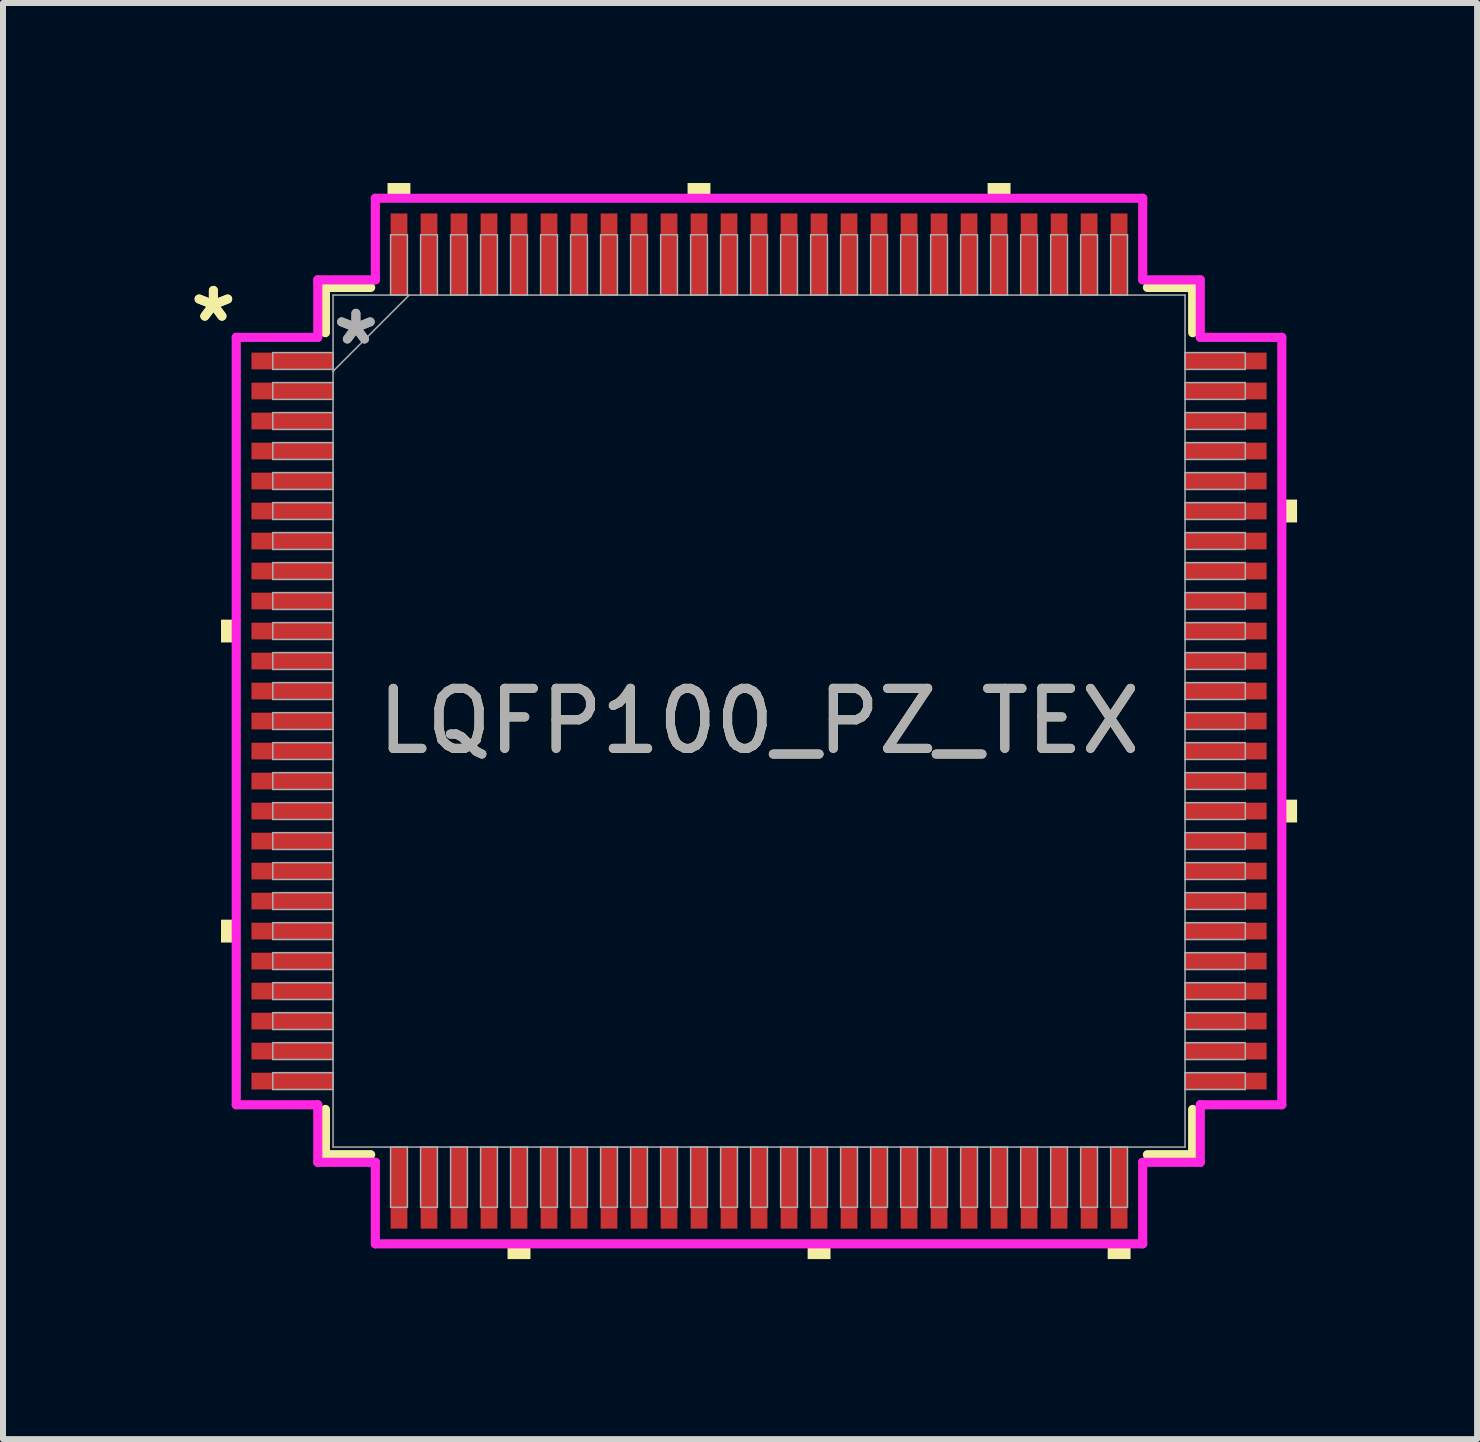
<source format=kicad_pcb>
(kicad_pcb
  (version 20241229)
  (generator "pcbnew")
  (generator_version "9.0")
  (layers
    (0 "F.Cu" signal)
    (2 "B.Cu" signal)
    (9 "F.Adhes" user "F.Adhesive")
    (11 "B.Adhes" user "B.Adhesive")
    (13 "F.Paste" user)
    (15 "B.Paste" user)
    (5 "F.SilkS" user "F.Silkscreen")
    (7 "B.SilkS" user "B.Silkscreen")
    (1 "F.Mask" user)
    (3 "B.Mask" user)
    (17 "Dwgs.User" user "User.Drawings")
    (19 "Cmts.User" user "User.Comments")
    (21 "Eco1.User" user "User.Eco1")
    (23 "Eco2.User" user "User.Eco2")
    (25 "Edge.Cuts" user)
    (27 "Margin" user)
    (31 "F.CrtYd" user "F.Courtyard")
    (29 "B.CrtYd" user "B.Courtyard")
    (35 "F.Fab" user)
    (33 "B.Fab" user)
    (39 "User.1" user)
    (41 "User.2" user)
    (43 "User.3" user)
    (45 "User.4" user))
  (footprint "LQFP100_PZ_TEX"
    (layer "F.Cu")
    (at 9.599 8.966)
    (property "Reference" "LQFP100_PZ_TEX" (at 0 0 0) (unlocked yes) (layer "F.SilkS") (effects (font (size 1 1) (thickness 0.15))))
    (attr smd)
    (fp_line (start -7.226 -7.226) (end -7.226 -6.472) (stroke (width 0.152) (type solid)) (layer "F.SilkS"))
    (fp_line (start -7.226 6.472) (end -7.226 7.226) (stroke (width 0.152) (type solid)) (layer "F.SilkS"))
    (fp_line (start -7.226 7.226) (end -6.472 7.226) (stroke (width 0.152) (type solid)) (layer "F.SilkS"))
    (fp_line (start -6.472 -7.226) (end -7.226 -7.226) (stroke (width 0.152) (type solid)) (layer "F.SilkS"))
    (fp_line (start 6.472 7.226) (end 7.226 7.226) (stroke (width 0.152) (type solid)) (layer "F.SilkS"))
    (fp_line (start 7.226 -7.226) (end 6.472 -7.226) (stroke (width 0.152) (type solid)) (layer "F.SilkS"))
    (fp_line (start 7.226 -6.472) (end 7.226 -7.226) (stroke (width 0.152) (type solid)) (layer "F.SilkS"))
    (fp_line (start 7.226 7.226) (end 7.226 6.472) (stroke (width 0.152) (type solid)) (layer "F.SilkS"))
    (fp_poly (pts (xy -8.966 -1.69) (xy -8.966 -1.31) (xy -8.712 -1.31) (xy -8.712 -1.69)) (stroke (width 0) (type solid)) (fill yes) (layer "F.SilkS"))
    (fp_poly (pts (xy -8.966 3.31) (xy -8.966 3.691) (xy -8.712 3.691) (xy -8.712 3.31)) (stroke (width 0) (type solid)) (fill yes) (layer "F.SilkS"))
    (fp_poly (pts (xy -6.191 -8.712) (xy -6.191 -8.966) (xy -5.81 -8.966) (xy -5.81 -8.712)) (stroke (width 0) (type solid)) (fill yes) (layer "F.SilkS"))
    (fp_poly (pts (xy -4.191 8.712) (xy -4.191 8.966) (xy -3.809 8.966) (xy -3.809 8.712)) (stroke (width 0) (type solid)) (fill yes) (layer "F.SilkS"))
    (fp_poly (pts (xy -1.191 -8.712) (xy -1.191 -8.966) (xy -0.81 -8.966) (xy -0.81 -8.712)) (stroke (width 0) (type solid)) (fill yes) (layer "F.SilkS"))
    (fp_poly (pts (xy 0.81 8.712) (xy 0.81 8.966) (xy 1.191 8.966) (xy 1.191 8.712)) (stroke (width 0) (type solid)) (fill yes) (layer "F.SilkS"))
    (fp_poly (pts (xy 3.809 -8.712) (xy 3.809 -8.966) (xy 4.191 -8.966) (xy 4.191 -8.712)) (stroke (width 0) (type solid)) (fill yes) (layer "F.SilkS"))
    (fp_poly (pts (xy 5.81 8.712) (xy 5.81 8.966) (xy 6.191 8.966) (xy 6.191 8.712)) (stroke (width 0) (type solid)) (fill yes) (layer "F.SilkS"))
    (fp_poly (pts (xy 8.966 -3.691) (xy 8.966 -3.31) (xy 8.712 -3.31) (xy 8.712 -3.691)) (stroke (width 0) (type solid)) (fill yes) (layer "F.SilkS"))
    (fp_poly (pts (xy 8.966 1.31) (xy 8.966 1.69) (xy 8.712 1.69) (xy 8.712 1.31)) (stroke (width 0) (type solid)) (fill yes) (layer "F.SilkS"))
    (fp_line (start -8.712 -6.394) (end -7.353 -6.394) (stroke (width 0.152) (type solid)) (layer "F.CrtYd"))
    (fp_line (start -8.712 6.394) (end -8.712 -6.394) (stroke (width 0.152) (type solid)) (layer "F.CrtYd"))
    (fp_line (start -7.353 -7.353) (end -6.394 -7.353) (stroke (width 0.152) (type solid)) (layer "F.CrtYd"))
    (fp_line (start -7.353 -6.394) (end -7.353 -7.353) (stroke (width 0.152) (type solid)) (layer "F.CrtYd"))
    (fp_line (start -7.353 6.394) (end -8.712 6.394) (stroke (width 0.152) (type solid)) (layer "F.CrtYd"))
    (fp_line (start -7.353 7.353) (end -7.353 6.394) (stroke (width 0.152) (type solid)) (layer "F.CrtYd"))
    (fp_line (start -7.353 7.353) (end -6.394 7.353) (stroke (width 0.152) (type solid)) (layer "F.CrtYd"))
    (fp_line (start -6.394 -8.712) (end 6.394 -8.712) (stroke (width 0.152) (type solid)) (layer "F.CrtYd"))
    (fp_line (start -6.394 -7.353) (end -6.394 -8.712) (stroke (width 0.152) (type solid)) (layer "F.CrtYd"))
    (fp_line (start -6.394 7.353) (end -6.394 8.712) (stroke (width 0.152) (type solid)) (layer "F.CrtYd"))
    (fp_line (start -6.394 8.712) (end 6.394 8.712) (stroke (width 0.152) (type solid)) (layer "F.CrtYd"))
    (fp_line (start 6.394 -8.712) (end 6.394 -7.353) (stroke (width 0.152) (type solid)) (layer "F.CrtYd"))
    (fp_line (start 6.394 -7.353) (end 7.353 -7.353) (stroke (width 0.152) (type solid)) (layer "F.CrtYd"))
    (fp_line (start 6.394 7.353) (end 7.353 7.353) (stroke (width 0.152) (type solid)) (layer "F.CrtYd"))
    (fp_line (start 6.394 8.712) (end 6.394 7.353) (stroke (width 0.152) (type solid)) (layer "F.CrtYd"))
    (fp_line (start 7.353 -6.394) (end 7.353 -7.353) (stroke (width 0.152) (type solid)) (layer "F.CrtYd"))
    (fp_line (start 7.353 6.394) (end 8.712 6.394) (stroke (width 0.152) (type solid)) (layer "F.CrtYd"))
    (fp_line (start 7.353 7.353) (end 7.353 6.394) (stroke (width 0.152) (type solid)) (layer "F.CrtYd"))
    (fp_line (start 8.712 -6.394) (end 7.353 -6.394) (stroke (width 0.152) (type solid)) (layer "F.CrtYd"))
    (fp_line (start 8.712 6.394) (end 8.712 -6.394) (stroke (width 0.152) (type solid)) (layer "F.CrtYd"))
    (fp_line (start -8.103 -6.14) (end -8.103 -5.86) (stroke (width 0.025) (type solid)) (layer "F.Fab"))
    (fp_line (start -8.103 -5.86) (end -7.099 -5.86) (stroke (width 0.025) (type solid)) (layer "F.Fab"))
    (fp_line (start -8.103 -5.64) (end -8.103 -5.36) (stroke (width 0.025) (type solid)) (layer "F.Fab"))
    (fp_line (start -8.103 -5.36) (end -7.099 -5.36) (stroke (width 0.025) (type solid)) (layer "F.Fab"))
    (fp_line (start -8.103 -5.14) (end -8.103 -4.86) (stroke (width 0.025) (type solid)) (layer "F.Fab"))
    (fp_line (start -8.103 -4.86) (end -7.099 -4.86) (stroke (width 0.025) (type solid)) (layer "F.Fab"))
    (fp_line (start -8.103 -4.64) (end -8.103 -4.36) (stroke (width 0.025) (type solid)) (layer "F.Fab"))
    (fp_line (start -8.103 -4.36) (end -7.099 -4.36) (stroke (width 0.025) (type solid)) (layer "F.Fab"))
    (fp_line (start -8.103 -4.14) (end -8.103 -3.86) (stroke (width 0.025) (type solid)) (layer "F.Fab"))
    (fp_line (start -8.103 -3.86) (end -7.099 -3.86) (stroke (width 0.025) (type solid)) (layer "F.Fab"))
    (fp_line (start -8.103 -3.64) (end -8.103 -3.36) (stroke (width 0.025) (type solid)) (layer "F.Fab"))
    (fp_line (start -8.103 -3.36) (end -7.099 -3.36) (stroke (width 0.025) (type solid)) (layer "F.Fab"))
    (fp_line (start -8.103 -3.14) (end -8.103 -2.86) (stroke (width 0.025) (type solid)) (layer "F.Fab"))
    (fp_line (start -8.103 -2.86) (end -7.099 -2.86) (stroke (width 0.025) (type solid)) (layer "F.Fab"))
    (fp_line (start -8.103 -2.64) (end -8.103 -2.36) (stroke (width 0.025) (type solid)) (layer "F.Fab"))
    (fp_line (start -8.103 -2.36) (end -7.099 -2.36) (stroke (width 0.025) (type solid)) (layer "F.Fab"))
    (fp_line (start -8.103 -2.14) (end -8.103 -1.86) (stroke (width 0.025) (type solid)) (layer "F.Fab"))
    (fp_line (start -8.103 -1.86) (end -7.099 -1.86) (stroke (width 0.025) (type solid)) (layer "F.Fab"))
    (fp_line (start -8.103 -1.64) (end -8.103 -1.36) (stroke (width 0.025) (type solid)) (layer "F.Fab"))
    (fp_line (start -8.103 -1.36) (end -7.099 -1.36) (stroke (width 0.025) (type solid)) (layer "F.Fab"))
    (fp_line (start -8.103 -1.14) (end -8.103 -0.86) (stroke (width 0.025) (type solid)) (layer "F.Fab"))
    (fp_line (start -8.103 -0.86) (end -7.099 -0.86) (stroke (width 0.025) (type solid)) (layer "F.Fab"))
    (fp_line (start -8.103 -0.64) (end -8.103 -0.36) (stroke (width 0.025) (type solid)) (layer "F.Fab"))
    (fp_line (start -8.103 -0.36) (end -7.099 -0.36) (stroke (width 0.025) (type solid)) (layer "F.Fab"))
    (fp_line (start -8.103 -0.14) (end -8.103 0.14) (stroke (width 0.025) (type solid)) (layer "F.Fab"))
    (fp_line (start -8.103 0.14) (end -7.099 0.14) (stroke (width 0.025) (type solid)) (layer "F.Fab"))
    (fp_line (start -8.103 0.36) (end -8.103 0.64) (stroke (width 0.025) (type solid)) (layer "F.Fab"))
    (fp_line (start -8.103 0.64) (end -7.099 0.64) (stroke (width 0.025) (type solid)) (layer "F.Fab"))
    (fp_line (start -8.103 0.86) (end -8.103 1.14) (stroke (width 0.025) (type solid)) (layer "F.Fab"))
    (fp_line (start -8.103 1.14) (end -7.099 1.14) (stroke (width 0.025) (type solid)) (layer "F.Fab"))
    (fp_line (start -8.103 1.36) (end -8.103 1.64) (stroke (width 0.025) (type solid)) (layer "F.Fab"))
    (fp_line (start -8.103 1.64) (end -7.099 1.64) (stroke (width 0.025) (type solid)) (layer "F.Fab"))
    (fp_line (start -8.103 1.86) (end -8.103 2.14) (stroke (width 0.025) (type solid)) (layer "F.Fab"))
    (fp_line (start -8.103 2.14) (end -7.099 2.14) (stroke (width 0.025) (type solid)) (layer "F.Fab"))
    (fp_line (start -8.103 2.36) (end -8.103 2.64) (stroke (width 0.025) (type solid)) (layer "F.Fab"))
    (fp_line (start -8.103 2.64) (end -7.099 2.64) (stroke (width 0.025) (type solid)) (layer "F.Fab"))
    (fp_line (start -8.103 2.86) (end -8.103 3.14) (stroke (width 0.025) (type solid)) (layer "F.Fab"))
    (fp_line (start -8.103 3.14) (end -7.099 3.14) (stroke (width 0.025) (type solid)) (layer "F.Fab"))
    (fp_line (start -8.103 3.36) (end -8.103 3.64) (stroke (width 0.025) (type solid)) (layer "F.Fab"))
    (fp_line (start -8.103 3.64) (end -7.099 3.64) (stroke (width 0.025) (type solid)) (layer "F.Fab"))
    (fp_line (start -8.103 3.86) (end -8.103 4.14) (stroke (width 0.025) (type solid)) (layer "F.Fab"))
    (fp_line (start -8.103 4.14) (end -7.099 4.14) (stroke (width 0.025) (type solid)) (layer "F.Fab"))
    (fp_line (start -8.103 4.36) (end -8.103 4.64) (stroke (width 0.025) (type solid)) (layer "F.Fab"))
    (fp_line (start -8.103 4.64) (end -7.099 4.64) (stroke (width 0.025) (type solid)) (layer "F.Fab"))
    (fp_line (start -8.103 4.86) (end -8.103 5.14) (stroke (width 0.025) (type solid)) (layer "F.Fab"))
    (fp_line (start -8.103 5.14) (end -7.099 5.14) (stroke (width 0.025) (type solid)) (layer "F.Fab"))
    (fp_line (start -8.103 5.36) (end -8.103 5.64) (stroke (width 0.025) (type solid)) (layer "F.Fab"))
    (fp_line (start -8.103 5.64) (end -7.099 5.64) (stroke (width 0.025) (type solid)) (layer "F.Fab"))
    (fp_line (start -8.103 5.86) (end -8.103 6.14) (stroke (width 0.025) (type solid)) (layer "F.Fab"))
    (fp_line (start -8.103 6.14) (end -7.099 6.14) (stroke (width 0.025) (type solid)) (layer "F.Fab"))
    (fp_line (start -7.099 -7.099) (end -7.099 7.099) (stroke (width 0.025) (type solid)) (layer "F.Fab"))
    (fp_line (start -7.099 -6.14) (end -8.103 -6.14) (stroke (width 0.025) (type solid)) (layer "F.Fab"))
    (fp_line (start -7.099 -5.86) (end -7.099 -6.14) (stroke (width 0.025) (type solid)) (layer "F.Fab"))
    (fp_line (start -7.099 -5.829) (end -5.829 -7.099) (stroke (width 0.025) (type solid)) (layer "F.Fab"))
    (fp_line (start -7.099 -5.64) (end -8.103 -5.64) (stroke (width 0.025) (type solid)) (layer "F.Fab"))
    (fp_line (start -7.099 -5.36) (end -7.099 -5.64) (stroke (width 0.025) (type solid)) (layer "F.Fab"))
    (fp_line (start -7.099 -5.14) (end -8.103 -5.14) (stroke (width 0.025) (type solid)) (layer "F.Fab"))
    (fp_line (start -7.099 -4.86) (end -7.099 -5.14) (stroke (width 0.025) (type solid)) (layer "F.Fab"))
    (fp_line (start -7.099 -4.64) (end -8.103 -4.64) (stroke (width 0.025) (type solid)) (layer "F.Fab"))
    (fp_line (start -7.099 -4.36) (end -7.099 -4.64) (stroke (width 0.025) (type solid)) (layer "F.Fab"))
    (fp_line (start -7.099 -4.14) (end -8.103 -4.14) (stroke (width 0.025) (type solid)) (layer "F.Fab"))
    (fp_line (start -7.099 -3.86) (end -7.099 -4.14) (stroke (width 0.025) (type solid)) (layer "F.Fab"))
    (fp_line (start -7.099 -3.64) (end -8.103 -3.64) (stroke (width 0.025) (type solid)) (layer "F.Fab"))
    (fp_line (start -7.099 -3.36) (end -7.099 -3.64) (stroke (width 0.025) (type solid)) (layer "F.Fab"))
    (fp_line (start -7.099 -3.14) (end -8.103 -3.14) (stroke (width 0.025) (type solid)) (layer "F.Fab"))
    (fp_line (start -7.099 -2.86) (end -7.099 -3.14) (stroke (width 0.025) (type solid)) (layer "F.Fab"))
    (fp_line (start -7.099 -2.64) (end -8.103 -2.64) (stroke (width 0.025) (type solid)) (layer "F.Fab"))
    (fp_line (start -7.099 -2.36) (end -7.099 -2.64) (stroke (width 0.025) (type solid)) (layer "F.Fab"))
    (fp_line (start -7.099 -2.14) (end -8.103 -2.14) (stroke (width 0.025) (type solid)) (layer "F.Fab"))
    (fp_line (start -7.099 -1.86) (end -7.099 -2.14) (stroke (width 0.025) (type solid)) (layer "F.Fab"))
    (fp_line (start -7.099 -1.64) (end -8.103 -1.64) (stroke (width 0.025) (type solid)) (layer "F.Fab"))
    (fp_line (start -7.099 -1.36) (end -7.099 -1.64) (stroke (width 0.025) (type solid)) (layer "F.Fab"))
    (fp_line (start -7.099 -1.14) (end -8.103 -1.14) (stroke (width 0.025) (type solid)) (layer "F.Fab"))
    (fp_line (start -7.099 -0.86) (end -7.099 -1.14) (stroke (width 0.025) (type solid)) (layer "F.Fab"))
    (fp_line (start -7.099 -0.64) (end -8.103 -0.64) (stroke (width 0.025) (type solid)) (layer "F.Fab"))
    (fp_line (start -7.099 -0.36) (end -7.099 -0.64) (stroke (width 0.025) (type solid)) (layer "F.Fab"))
    (fp_line (start -7.099 -0.14) (end -8.103 -0.14) (stroke (width 0.025) (type solid)) (layer "F.Fab"))
    (fp_line (start -7.099 0.14) (end -7.099 -0.14) (stroke (width 0.025) (type solid)) (layer "F.Fab"))
    (fp_line (start -7.099 0.36) (end -8.103 0.36) (stroke (width 0.025) (type solid)) (layer "F.Fab"))
    (fp_line (start -7.099 0.64) (end -7.099 0.36) (stroke (width 0.025) (type solid)) (layer "F.Fab"))
    (fp_line (start -7.099 0.86) (end -8.103 0.86) (stroke (width 0.025) (type solid)) (layer "F.Fab"))
    (fp_line (start -7.099 1.14) (end -7.099 0.86) (stroke (width 0.025) (type solid)) (layer "F.Fab"))
    (fp_line (start -7.099 1.36) (end -8.103 1.36) (stroke (width 0.025) (type solid)) (layer "F.Fab"))
    (fp_line (start -7.099 1.64) (end -7.099 1.36) (stroke (width 0.025) (type solid)) (layer "F.Fab"))
    (fp_line (start -7.099 1.86) (end -8.103 1.86) (stroke (width 0.025) (type solid)) (layer "F.Fab"))
    (fp_line (start -7.099 2.14) (end -7.099 1.86) (stroke (width 0.025) (type solid)) (layer "F.Fab"))
    (fp_line (start -7.099 2.36) (end -8.103 2.36) (stroke (width 0.025) (type solid)) (layer "F.Fab"))
    (fp_line (start -7.099 2.64) (end -7.099 2.36) (stroke (width 0.025) (type solid)) (layer "F.Fab"))
    (fp_line (start -7.099 2.86) (end -8.103 2.86) (stroke (width 0.025) (type solid)) (layer "F.Fab"))
    (fp_line (start -7.099 3.14) (end -7.099 2.86) (stroke (width 0.025) (type solid)) (layer "F.Fab"))
    (fp_line (start -7.099 3.36) (end -8.103 3.36) (stroke (width 0.025) (type solid)) (layer "F.Fab"))
    (fp_line (start -7.099 3.64) (end -7.099 3.36) (stroke (width 0.025) (type solid)) (layer "F.Fab"))
    (fp_line (start -7.099 3.86) (end -8.103 3.86) (stroke (width 0.025) (type solid)) (layer "F.Fab"))
    (fp_line (start -7.099 4.14) (end -7.099 3.86) (stroke (width 0.025) (type solid)) (layer "F.Fab"))
    (fp_line (start -7.099 4.36) (end -8.103 4.36) (stroke (width 0.025) (type solid)) (layer "F.Fab"))
    (fp_line (start -7.099 4.64) (end -7.099 4.36) (stroke (width 0.025) (type solid)) (layer "F.Fab"))
    (fp_line (start -7.099 4.86) (end -8.103 4.86) (stroke (width 0.025) (type solid)) (layer "F.Fab"))
    (fp_line (start -7.099 5.14) (end -7.099 4.86) (stroke (width 0.025) (type solid)) (layer "F.Fab"))
    (fp_line (start -7.099 5.36) (end -8.103 5.36) (stroke (width 0.025) (type solid)) (layer "F.Fab"))
    (fp_line (start -7.099 5.64) (end -7.099 5.36) (stroke (width 0.025) (type solid)) (layer "F.Fab"))
    (fp_line (start -7.099 5.86) (end -8.103 5.86) (stroke (width 0.025) (type solid)) (layer "F.Fab"))
    (fp_line (start -7.099 6.14) (end -7.099 5.86) (stroke (width 0.025) (type solid)) (layer "F.Fab"))
    (fp_line (start -7.099 7.099) (end 7.099 7.099) (stroke (width 0.025) (type solid)) (layer "F.Fab"))
    (fp_line (start -6.14 -8.103) (end -6.14 -7.099) (stroke (width 0.025) (type solid)) (layer "F.Fab"))
    (fp_line (start -6.14 -7.099) (end -5.86 -7.099) (stroke (width 0.025) (type solid)) (layer "F.Fab"))
    (fp_line (start -6.14 7.099) (end -6.14 8.103) (stroke (width 0.025) (type solid)) (layer "F.Fab"))
    (fp_line (start -6.14 8.103) (end -5.86 8.103) (stroke (width 0.025) (type solid)) (layer "F.Fab"))
    (fp_line (start -5.86 -8.103) (end -6.14 -8.103) (stroke (width 0.025) (type solid)) (layer "F.Fab"))
    (fp_line (start -5.86 -7.099) (end -5.86 -8.103) (stroke (width 0.025) (type solid)) (layer "F.Fab"))
    (fp_line (start -5.86 7.099) (end -6.14 7.099) (stroke (width 0.025) (type solid)) (layer "F.Fab"))
    (fp_line (start -5.86 8.103) (end -5.86 7.099) (stroke (width 0.025) (type solid)) (layer "F.Fab"))
    (fp_line (start -5.64 -8.103) (end -5.64 -7.099) (stroke (width 0.025) (type solid)) (layer "F.Fab"))
    (fp_line (start -5.64 -7.099) (end -5.36 -7.099) (stroke (width 0.025) (type solid)) (layer "F.Fab"))
    (fp_line (start -5.64 7.099) (end -5.64 8.103) (stroke (width 0.025) (type solid)) (layer "F.Fab"))
    (fp_line (start -5.64 8.103) (end -5.36 8.103) (stroke (width 0.025) (type solid)) (layer "F.Fab"))
    (fp_line (start -5.36 -8.103) (end -5.64 -8.103) (stroke (width 0.025) (type solid)) (layer "F.Fab"))
    (fp_line (start -5.36 -7.099) (end -5.36 -8.103) (stroke (width 0.025) (type solid)) (layer "F.Fab"))
    (fp_line (start -5.36 7.099) (end -5.64 7.099) (stroke (width 0.025) (type solid)) (layer "F.Fab"))
    (fp_line (start -5.36 8.103) (end -5.36 7.099) (stroke (width 0.025) (type solid)) (layer "F.Fab"))
    (fp_line (start -5.14 -8.103) (end -5.14 -7.099) (stroke (width 0.025) (type solid)) (layer "F.Fab"))
    (fp_line (start -5.14 -7.099) (end -4.86 -7.099) (stroke (width 0.025) (type solid)) (layer "F.Fab"))
    (fp_line (start -5.14 7.099) (end -5.14 8.103) (stroke (width 0.025) (type solid)) (layer "F.Fab"))
    (fp_line (start -5.14 8.103) (end -4.86 8.103) (stroke (width 0.025) (type solid)) (layer "F.Fab"))
    (fp_line (start -4.86 -8.103) (end -5.14 -8.103) (stroke (width 0.025) (type solid)) (layer "F.Fab"))
    (fp_line (start -4.86 -7.099) (end -4.86 -8.103) (stroke (width 0.025) (type solid)) (layer "F.Fab"))
    (fp_line (start -4.86 7.099) (end -5.14 7.099) (stroke (width 0.025) (type solid)) (layer "F.Fab"))
    (fp_line (start -4.86 8.103) (end -4.86 7.099) (stroke (width 0.025) (type solid)) (layer "F.Fab"))
    (fp_line (start -4.64 -8.103) (end -4.64 -7.099) (stroke (width 0.025) (type solid)) (layer "F.Fab"))
    (fp_line (start -4.64 -7.099) (end -4.36 -7.099) (stroke (width 0.025) (type solid)) (layer "F.Fab"))
    (fp_line (start -4.64 7.099) (end -4.64 8.103) (stroke (width 0.025) (type solid)) (layer "F.Fab"))
    (fp_line (start -4.64 8.103) (end -4.36 8.103) (stroke (width 0.025) (type solid)) (layer "F.Fab"))
    (fp_line (start -4.36 -8.103) (end -4.64 -8.103) (stroke (width 0.025) (type solid)) (layer "F.Fab"))
    (fp_line (start -4.36 -7.099) (end -4.36 -8.103) (stroke (width 0.025) (type solid)) (layer "F.Fab"))
    (fp_line (start -4.36 7.099) (end -4.64 7.099) (stroke (width 0.025) (type solid)) (layer "F.Fab"))
    (fp_line (start -4.36 8.103) (end -4.36 7.099) (stroke (width 0.025) (type solid)) (layer "F.Fab"))
    (fp_line (start -4.14 -8.103) (end -4.14 -7.099) (stroke (width 0.025) (type solid)) (layer "F.Fab"))
    (fp_line (start -4.14 -7.099) (end -3.86 -7.099) (stroke (width 0.025) (type solid)) (layer "F.Fab"))
    (fp_line (start -4.14 7.099) (end -4.14 8.103) (stroke (width 0.025) (type solid)) (layer "F.Fab"))
    (fp_line (start -4.14 8.103) (end -3.86 8.103) (stroke (width 0.025) (type solid)) (layer "F.Fab"))
    (fp_line (start -3.86 -8.103) (end -4.14 -8.103) (stroke (width 0.025) (type solid)) (layer "F.Fab"))
    (fp_line (start -3.86 -7.099) (end -3.86 -8.103) (stroke (width 0.025) (type solid)) (layer "F.Fab"))
    (fp_line (start -3.86 7.099) (end -4.14 7.099) (stroke (width 0.025) (type solid)) (layer "F.Fab"))
    (fp_line (start -3.86 8.103) (end -3.86 7.099) (stroke (width 0.025) (type solid)) (layer "F.Fab"))
    (fp_line (start -3.64 -8.103) (end -3.64 -7.099) (stroke (width 0.025) (type solid)) (layer "F.Fab"))
    (fp_line (start -3.64 -7.099) (end -3.36 -7.099) (stroke (width 0.025) (type solid)) (layer "F.Fab"))
    (fp_line (start -3.64 7.099) (end -3.64 8.103) (stroke (width 0.025) (type solid)) (layer "F.Fab"))
    (fp_line (start -3.64 8.103) (end -3.36 8.103) (stroke (width 0.025) (type solid)) (layer "F.Fab"))
    (fp_line (start -3.36 -8.103) (end -3.64 -8.103) (stroke (width 0.025) (type solid)) (layer "F.Fab"))
    (fp_line (start -3.36 -7.099) (end -3.36 -8.103) (stroke (width 0.025) (type solid)) (layer "F.Fab"))
    (fp_line (start -3.36 7.099) (end -3.64 7.099) (stroke (width 0.025) (type solid)) (layer "F.Fab"))
    (fp_line (start -3.36 8.103) (end -3.36 7.099) (stroke (width 0.025) (type solid)) (layer "F.Fab"))
    (fp_line (start -3.14 -8.103) (end -3.14 -7.099) (stroke (width 0.025) (type solid)) (layer "F.Fab"))
    (fp_line (start -3.14 -7.099) (end -2.86 -7.099) (stroke (width 0.025) (type solid)) (layer "F.Fab"))
    (fp_line (start -3.14 7.099) (end -3.14 8.103) (stroke (width 0.025) (type solid)) (layer "F.Fab"))
    (fp_line (start -3.14 8.103) (end -2.86 8.103) (stroke (width 0.025) (type solid)) (layer "F.Fab"))
    (fp_line (start -2.86 -8.103) (end -3.14 -8.103) (stroke (width 0.025) (type solid)) (layer "F.Fab"))
    (fp_line (start -2.86 -7.099) (end -2.86 -8.103) (stroke (width 0.025) (type solid)) (layer "F.Fab"))
    (fp_line (start -2.86 7.099) (end -3.14 7.099) (stroke (width 0.025) (type solid)) (layer "F.Fab"))
    (fp_line (start -2.86 8.103) (end -2.86 7.099) (stroke (width 0.025) (type solid)) (layer "F.Fab"))
    (fp_line (start -2.64 -8.103) (end -2.64 -7.099) (stroke (width 0.025) (type solid)) (layer "F.Fab"))
    (fp_line (start -2.64 -7.099) (end -2.36 -7.099) (stroke (width 0.025) (type solid)) (layer "F.Fab"))
    (fp_line (start -2.64 7.099) (end -2.64 8.103) (stroke (width 0.025) (type solid)) (layer "F.Fab"))
    (fp_line (start -2.64 8.103) (end -2.36 8.103) (stroke (width 0.025) (type solid)) (layer "F.Fab"))
    (fp_line (start -2.36 -8.103) (end -2.64 -8.103) (stroke (width 0.025) (type solid)) (layer "F.Fab"))
    (fp_line (start -2.36 -7.099) (end -2.36 -8.103) (stroke (width 0.025) (type solid)) (layer "F.Fab"))
    (fp_line (start -2.36 7.099) (end -2.64 7.099) (stroke (width 0.025) (type solid)) (layer "F.Fab"))
    (fp_line (start -2.36 8.103) (end -2.36 7.099) (stroke (width 0.025) (type solid)) (layer "F.Fab"))
    (fp_line (start -2.14 -8.103) (end -2.14 -7.099) (stroke (width 0.025) (type solid)) (layer "F.Fab"))
    (fp_line (start -2.14 -7.099) (end -1.86 -7.099) (stroke (width 0.025) (type solid)) (layer "F.Fab"))
    (fp_line (start -2.14 7.099) (end -2.14 8.103) (stroke (width 0.025) (type solid)) (layer "F.Fab"))
    (fp_line (start -2.14 8.103) (end -1.86 8.103) (stroke (width 0.025) (type solid)) (layer "F.Fab"))
    (fp_line (start -1.86 -8.103) (end -2.14 -8.103) (stroke (width 0.025) (type solid)) (layer "F.Fab"))
    (fp_line (start -1.86 -7.099) (end -1.86 -8.103) (stroke (width 0.025) (type solid)) (layer "F.Fab"))
    (fp_line (start -1.86 7.099) (end -2.14 7.099) (stroke (width 0.025) (type solid)) (layer "F.Fab"))
    (fp_line (start -1.86 8.103) (end -1.86 7.099) (stroke (width 0.025) (type solid)) (layer "F.Fab"))
    (fp_line (start -1.64 -8.103) (end -1.64 -7.099) (stroke (width 0.025) (type solid)) (layer "F.Fab"))
    (fp_line (start -1.64 -7.099) (end -1.36 -7.099) (stroke (width 0.025) (type solid)) (layer "F.Fab"))
    (fp_line (start -1.64 7.099) (end -1.64 8.103) (stroke (width 0.025) (type solid)) (layer "F.Fab"))
    (fp_line (start -1.64 8.103) (end -1.36 8.103) (stroke (width 0.025) (type solid)) (layer "F.Fab"))
    (fp_line (start -1.36 -8.103) (end -1.64 -8.103) (stroke (width 0.025) (type solid)) (layer "F.Fab"))
    (fp_line (start -1.36 -7.099) (end -1.36 -8.103) (stroke (width 0.025) (type solid)) (layer "F.Fab"))
    (fp_line (start -1.36 7.099) (end -1.64 7.099) (stroke (width 0.025) (type solid)) (layer "F.Fab"))
    (fp_line (start -1.36 8.103) (end -1.36 7.099) (stroke (width 0.025) (type solid)) (layer "F.Fab"))
    (fp_line (start -1.14 -8.103) (end -1.14 -7.099) (stroke (width 0.025) (type solid)) (layer "F.Fab"))
    (fp_line (start -1.14 -7.099) (end -0.86 -7.099) (stroke (width 0.025) (type solid)) (layer "F.Fab"))
    (fp_line (start -1.14 7.099) (end -1.14 8.103) (stroke (width 0.025) (type solid)) (layer "F.Fab"))
    (fp_line (start -1.14 8.103) (end -0.86 8.103) (stroke (width 0.025) (type solid)) (layer "F.Fab"))
    (fp_line (start -0.86 -8.103) (end -1.14 -8.103) (stroke (width 0.025) (type solid)) (layer "F.Fab"))
    (fp_line (start -0.86 -7.099) (end -0.86 -8.103) (stroke (width 0.025) (type solid)) (layer "F.Fab"))
    (fp_line (start -0.86 7.099) (end -1.14 7.099) (stroke (width 0.025) (type solid)) (layer "F.Fab"))
    (fp_line (start -0.86 8.103) (end -0.86 7.099) (stroke (width 0.025) (type solid)) (layer "F.Fab"))
    (fp_line (start -0.64 -8.103) (end -0.64 -7.099) (stroke (width 0.025) (type solid)) (layer "F.Fab"))
    (fp_line (start -0.64 -7.099) (end -0.36 -7.099) (stroke (width 0.025) (type solid)) (layer "F.Fab"))
    (fp_line (start -0.64 7.099) (end -0.64 8.103) (stroke (width 0.025) (type solid)) (layer "F.Fab"))
    (fp_line (start -0.64 8.103) (end -0.36 8.103) (stroke (width 0.025) (type solid)) (layer "F.Fab"))
    (fp_line (start -0.36 -8.103) (end -0.64 -8.103) (stroke (width 0.025) (type solid)) (layer "F.Fab"))
    (fp_line (start -0.36 -7.099) (end -0.36 -8.103) (stroke (width 0.025) (type solid)) (layer "F.Fab"))
    (fp_line (start -0.36 7.099) (end -0.64 7.099) (stroke (width 0.025) (type solid)) (layer "F.Fab"))
    (fp_line (start -0.36 8.103) (end -0.36 7.099) (stroke (width 0.025) (type solid)) (layer "F.Fab"))
    (fp_line (start -0.14 -8.103) (end -0.14 -7.099) (stroke (width 0.025) (type solid)) (layer "F.Fab"))
    (fp_line (start -0.14 -7.099) (end 0.14 -7.099) (stroke (width 0.025) (type solid)) (layer "F.Fab"))
    (fp_line (start -0.14 7.099) (end -0.14 8.103) (stroke (width 0.025) (type solid)) (layer "F.Fab"))
    (fp_line (start -0.14 8.103) (end 0.14 8.103) (stroke (width 0.025) (type solid)) (layer "F.Fab"))
    (fp_line (start 0.14 -8.103) (end -0.14 -8.103) (stroke (width 0.025) (type solid)) (layer "F.Fab"))
    (fp_line (start 0.14 -7.099) (end 0.14 -8.103) (stroke (width 0.025) (type solid)) (layer "F.Fab"))
    (fp_line (start 0.14 7.099) (end -0.14 7.099) (stroke (width 0.025) (type solid)) (layer "F.Fab"))
    (fp_line (start 0.14 8.103) (end 0.14 7.099) (stroke (width 0.025) (type solid)) (layer "F.Fab"))
    (fp_line (start 0.36 -8.103) (end 0.36 -7.099) (stroke (width 0.025) (type solid)) (layer "F.Fab"))
    (fp_line (start 0.36 -7.099) (end 0.64 -7.099) (stroke (width 0.025) (type solid)) (layer "F.Fab"))
    (fp_line (start 0.36 7.099) (end 0.36 8.103) (stroke (width 0.025) (type solid)) (layer "F.Fab"))
    (fp_line (start 0.36 8.103) (end 0.64 8.103) (stroke (width 0.025) (type solid)) (layer "F.Fab"))
    (fp_line (start 0.64 -8.103) (end 0.36 -8.103) (stroke (width 0.025) (type solid)) (layer "F.Fab"))
    (fp_line (start 0.64 -7.099) (end 0.64 -8.103) (stroke (width 0.025) (type solid)) (layer "F.Fab"))
    (fp_line (start 0.64 7.099) (end 0.36 7.099) (stroke (width 0.025) (type solid)) (layer "F.Fab"))
    (fp_line (start 0.64 8.103) (end 0.64 7.099) (stroke (width 0.025) (type solid)) (layer "F.Fab"))
    (fp_line (start 0.86 -8.103) (end 0.86 -7.099) (stroke (width 0.025) (type solid)) (layer "F.Fab"))
    (fp_line (start 0.86 -7.099) (end 1.14 -7.099) (stroke (width 0.025) (type solid)) (layer "F.Fab"))
    (fp_line (start 0.86 7.099) (end 0.86 8.103) (stroke (width 0.025) (type solid)) (layer "F.Fab"))
    (fp_line (start 0.86 8.103) (end 1.14 8.103) (stroke (width 0.025) (type solid)) (layer "F.Fab"))
    (fp_line (start 1.14 -8.103) (end 0.86 -8.103) (stroke (width 0.025) (type solid)) (layer "F.Fab"))
    (fp_line (start 1.14 -7.099) (end 1.14 -8.103) (stroke (width 0.025) (type solid)) (layer "F.Fab"))
    (fp_line (start 1.14 7.099) (end 0.86 7.099) (stroke (width 0.025) (type solid)) (layer "F.Fab"))
    (fp_line (start 1.14 8.103) (end 1.14 7.099) (stroke (width 0.025) (type solid)) (layer "F.Fab"))
    (fp_line (start 1.36 -8.103) (end 1.36 -7.099) (stroke (width 0.025) (type solid)) (layer "F.Fab"))
    (fp_line (start 1.36 -7.099) (end 1.64 -7.099) (stroke (width 0.025) (type solid)) (layer "F.Fab"))
    (fp_line (start 1.36 7.099) (end 1.36 8.103) (stroke (width 0.025) (type solid)) (layer "F.Fab"))
    (fp_line (start 1.36 8.103) (end 1.64 8.103) (stroke (width 0.025) (type solid)) (layer "F.Fab"))
    (fp_line (start 1.64 -8.103) (end 1.36 -8.103) (stroke (width 0.025) (type solid)) (layer "F.Fab"))
    (fp_line (start 1.64 -7.099) (end 1.64 -8.103) (stroke (width 0.025) (type solid)) (layer "F.Fab"))
    (fp_line (start 1.64 7.099) (end 1.36 7.099) (stroke (width 0.025) (type solid)) (layer "F.Fab"))
    (fp_line (start 1.64 8.103) (end 1.64 7.099) (stroke (width 0.025) (type solid)) (layer "F.Fab"))
    (fp_line (start 1.86 -8.103) (end 1.86 -7.099) (stroke (width 0.025) (type solid)) (layer "F.Fab"))
    (fp_line (start 1.86 -7.099) (end 2.14 -7.099) (stroke (width 0.025) (type solid)) (layer "F.Fab"))
    (fp_line (start 1.86 7.099) (end 1.86 8.103) (stroke (width 0.025) (type solid)) (layer "F.Fab"))
    (fp_line (start 1.86 8.103) (end 2.14 8.103) (stroke (width 0.025) (type solid)) (layer "F.Fab"))
    (fp_line (start 2.14 -8.103) (end 1.86 -8.103) (stroke (width 0.025) (type solid)) (layer "F.Fab"))
    (fp_line (start 2.14 -7.099) (end 2.14 -8.103) (stroke (width 0.025) (type solid)) (layer "F.Fab"))
    (fp_line (start 2.14 7.099) (end 1.86 7.099) (stroke (width 0.025) (type solid)) (layer "F.Fab"))
    (fp_line (start 2.14 8.103) (end 2.14 7.099) (stroke (width 0.025) (type solid)) (layer "F.Fab"))
    (fp_line (start 2.36 -8.103) (end 2.36 -7.099) (stroke (width 0.025) (type solid)) (layer "F.Fab"))
    (fp_line (start 2.36 -7.099) (end 2.64 -7.099) (stroke (width 0.025) (type solid)) (layer "F.Fab"))
    (fp_line (start 2.36 7.099) (end 2.36 8.103) (stroke (width 0.025) (type solid)) (layer "F.Fab"))
    (fp_line (start 2.36 8.103) (end 2.64 8.103) (stroke (width 0.025) (type solid)) (layer "F.Fab"))
    (fp_line (start 2.64 -8.103) (end 2.36 -8.103) (stroke (width 0.025) (type solid)) (layer "F.Fab"))
    (fp_line (start 2.64 -7.099) (end 2.64 -8.103) (stroke (width 0.025) (type solid)) (layer "F.Fab"))
    (fp_line (start 2.64 7.099) (end 2.36 7.099) (stroke (width 0.025) (type solid)) (layer "F.Fab"))
    (fp_line (start 2.64 8.103) (end 2.64 7.099) (stroke (width 0.025) (type solid)) (layer "F.Fab"))
    (fp_line (start 2.86 -8.103) (end 2.86 -7.099) (stroke (width 0.025) (type solid)) (layer "F.Fab"))
    (fp_line (start 2.86 -7.099) (end 3.14 -7.099) (stroke (width 0.025) (type solid)) (layer "F.Fab"))
    (fp_line (start 2.86 7.099) (end 2.86 8.103) (stroke (width 0.025) (type solid)) (layer "F.Fab"))
    (fp_line (start 2.86 8.103) (end 3.14 8.103) (stroke (width 0.025) (type solid)) (layer "F.Fab"))
    (fp_line (start 3.14 -8.103) (end 2.86 -8.103) (stroke (width 0.025) (type solid)) (layer "F.Fab"))
    (fp_line (start 3.14 -7.099) (end 3.14 -8.103) (stroke (width 0.025) (type solid)) (layer "F.Fab"))
    (fp_line (start 3.14 7.099) (end 2.86 7.099) (stroke (width 0.025) (type solid)) (layer "F.Fab"))
    (fp_line (start 3.14 8.103) (end 3.14 7.099) (stroke (width 0.025) (type solid)) (layer "F.Fab"))
    (fp_line (start 3.36 -8.103) (end 3.36 -7.099) (stroke (width 0.025) (type solid)) (layer "F.Fab"))
    (fp_line (start 3.36 -7.099) (end 3.64 -7.099) (stroke (width 0.025) (type solid)) (layer "F.Fab"))
    (fp_line (start 3.36 7.099) (end 3.36 8.103) (stroke (width 0.025) (type solid)) (layer "F.Fab"))
    (fp_line (start 3.36 8.103) (end 3.64 8.103) (stroke (width 0.025) (type solid)) (layer "F.Fab"))
    (fp_line (start 3.64 -8.103) (end 3.36 -8.103) (stroke (width 0.025) (type solid)) (layer "F.Fab"))
    (fp_line (start 3.64 -7.099) (end 3.64 -8.103) (stroke (width 0.025) (type solid)) (layer "F.Fab"))
    (fp_line (start 3.64 7.099) (end 3.36 7.099) (stroke (width 0.025) (type solid)) (layer "F.Fab"))
    (fp_line (start 3.64 8.103) (end 3.64 7.099) (stroke (width 0.025) (type solid)) (layer "F.Fab"))
    (fp_line (start 3.86 -8.103) (end 3.86 -7.099) (stroke (width 0.025) (type solid)) (layer "F.Fab"))
    (fp_line (start 3.86 -7.099) (end 4.14 -7.099) (stroke (width 0.025) (type solid)) (layer "F.Fab"))
    (fp_line (start 3.86 7.099) (end 3.86 8.103) (stroke (width 0.025) (type solid)) (layer "F.Fab"))
    (fp_line (start 3.86 8.103) (end 4.14 8.103) (stroke (width 0.025) (type solid)) (layer "F.Fab"))
    (fp_line (start 4.14 -8.103) (end 3.86 -8.103) (stroke (width 0.025) (type solid)) (layer "F.Fab"))
    (fp_line (start 4.14 -7.099) (end 4.14 -8.103) (stroke (width 0.025) (type solid)) (layer "F.Fab"))
    (fp_line (start 4.14 7.099) (end 3.86 7.099) (stroke (width 0.025) (type solid)) (layer "F.Fab"))
    (fp_line (start 4.14 8.103) (end 4.14 7.099) (stroke (width 0.025) (type solid)) (layer "F.Fab"))
    (fp_line (start 4.36 -8.103) (end 4.36 -7.099) (stroke (width 0.025) (type solid)) (layer "F.Fab"))
    (fp_line (start 4.36 -7.099) (end 4.64 -7.099) (stroke (width 0.025) (type solid)) (layer "F.Fab"))
    (fp_line (start 4.36 7.099) (end 4.36 8.103) (stroke (width 0.025) (type solid)) (layer "F.Fab"))
    (fp_line (start 4.36 8.103) (end 4.64 8.103) (stroke (width 0.025) (type solid)) (layer "F.Fab"))
    (fp_line (start 4.64 -8.103) (end 4.36 -8.103) (stroke (width 0.025) (type solid)) (layer "F.Fab"))
    (fp_line (start 4.64 -7.099) (end 4.64 -8.103) (stroke (width 0.025) (type solid)) (layer "F.Fab"))
    (fp_line (start 4.64 7.099) (end 4.36 7.099) (stroke (width 0.025) (type solid)) (layer "F.Fab"))
    (fp_line (start 4.64 8.103) (end 4.64 7.099) (stroke (width 0.025) (type solid)) (layer "F.Fab"))
    (fp_line (start 4.86 -8.103) (end 4.86 -7.099) (stroke (width 0.025) (type solid)) (layer "F.Fab"))
    (fp_line (start 4.86 -7.099) (end 5.14 -7.099) (stroke (width 0.025) (type solid)) (layer "F.Fab"))
    (fp_line (start 4.86 7.099) (end 4.86 8.103) (stroke (width 0.025) (type solid)) (layer "F.Fab"))
    (fp_line (start 4.86 8.103) (end 5.14 8.103) (stroke (width 0.025) (type solid)) (layer "F.Fab"))
    (fp_line (start 5.14 -8.103) (end 4.86 -8.103) (stroke (width 0.025) (type solid)) (layer "F.Fab"))
    (fp_line (start 5.14 -7.099) (end 5.14 -8.103) (stroke (width 0.025) (type solid)) (layer "F.Fab"))
    (fp_line (start 5.14 7.099) (end 4.86 7.099) (stroke (width 0.025) (type solid)) (layer "F.Fab"))
    (fp_line (start 5.14 8.103) (end 5.14 7.099) (stroke (width 0.025) (type solid)) (layer "F.Fab"))
    (fp_line (start 5.36 -8.103) (end 5.36 -7.099) (stroke (width 0.025) (type solid)) (layer "F.Fab"))
    (fp_line (start 5.36 -7.099) (end 5.64 -7.099) (stroke (width 0.025) (type solid)) (layer "F.Fab"))
    (fp_line (start 5.36 7.099) (end 5.36 8.103) (stroke (width 0.025) (type solid)) (layer "F.Fab"))
    (fp_line (start 5.36 8.103) (end 5.64 8.103) (stroke (width 0.025) (type solid)) (layer "F.Fab"))
    (fp_line (start 5.64 -8.103) (end 5.36 -8.103) (stroke (width 0.025) (type solid)) (layer "F.Fab"))
    (fp_line (start 5.64 -7.099) (end 5.64 -8.103) (stroke (width 0.025) (type solid)) (layer "F.Fab"))
    (fp_line (start 5.64 7.099) (end 5.36 7.099) (stroke (width 0.025) (type solid)) (layer "F.Fab"))
    (fp_line (start 5.64 8.103) (end 5.64 7.099) (stroke (width 0.025) (type solid)) (layer "F.Fab"))
    (fp_line (start 5.86 -8.103) (end 5.86 -7.099) (stroke (width 0.025) (type solid)) (layer "F.Fab"))
    (fp_line (start 5.86 -7.099) (end 6.14 -7.099) (stroke (width 0.025) (type solid)) (layer "F.Fab"))
    (fp_line (start 5.86 7.099) (end 5.86 8.103) (stroke (width 0.025) (type solid)) (layer "F.Fab"))
    (fp_line (start 5.86 8.103) (end 6.14 8.103) (stroke (width 0.025) (type solid)) (layer "F.Fab"))
    (fp_line (start 6.14 -8.103) (end 5.86 -8.103) (stroke (width 0.025) (type solid)) (layer "F.Fab"))
    (fp_line (start 6.14 -7.099) (end 6.14 -8.103) (stroke (width 0.025) (type solid)) (layer "F.Fab"))
    (fp_line (start 6.14 7.099) (end 5.86 7.099) (stroke (width 0.025) (type solid)) (layer "F.Fab"))
    (fp_line (start 6.14 8.103) (end 6.14 7.099) (stroke (width 0.025) (type solid)) (layer "F.Fab"))
    (fp_line (start 7.099 -7.099) (end -7.099 -7.099) (stroke (width 0.025) (type solid)) (layer "F.Fab"))
    (fp_line (start 7.099 -6.14) (end 7.099 -5.86) (stroke (width 0.025) (type solid)) (layer "F.Fab"))
    (fp_line (start 7.099 -5.86) (end 8.103 -5.86) (stroke (width 0.025) (type solid)) (layer "F.Fab"))
    (fp_line (start 7.099 -5.64) (end 7.099 -5.36) (stroke (width 0.025) (type solid)) (layer "F.Fab"))
    (fp_line (start 7.099 -5.36) (end 8.103 -5.36) (stroke (width 0.025) (type solid)) (layer "F.Fab"))
    (fp_line (start 7.099 -5.14) (end 7.099 -4.86) (stroke (width 0.025) (type solid)) (layer "F.Fab"))
    (fp_line (start 7.099 -4.86) (end 8.103 -4.86) (stroke (width 0.025) (type solid)) (layer "F.Fab"))
    (fp_line (start 7.099 -4.64) (end 7.099 -4.36) (stroke (width 0.025) (type solid)) (layer "F.Fab"))
    (fp_line (start 7.099 -4.36) (end 8.103 -4.36) (stroke (width 0.025) (type solid)) (layer "F.Fab"))
    (fp_line (start 7.099 -4.14) (end 7.099 -3.86) (stroke (width 0.025) (type solid)) (layer "F.Fab"))
    (fp_line (start 7.099 -3.86) (end 8.103 -3.86) (stroke (width 0.025) (type solid)) (layer "F.Fab"))
    (fp_line (start 7.099 -3.64) (end 7.099 -3.36) (stroke (width 0.025) (type solid)) (layer "F.Fab"))
    (fp_line (start 7.099 -3.36) (end 8.103 -3.36) (stroke (width 0.025) (type solid)) (layer "F.Fab"))
    (fp_line (start 7.099 -3.14) (end 7.099 -2.86) (stroke (width 0.025) (type solid)) (layer "F.Fab"))
    (fp_line (start 7.099 -2.86) (end 8.103 -2.86) (stroke (width 0.025) (type solid)) (layer "F.Fab"))
    (fp_line (start 7.099 -2.64) (end 7.099 -2.36) (stroke (width 0.025) (type solid)) (layer "F.Fab"))
    (fp_line (start 7.099 -2.36) (end 8.103 -2.36) (stroke (width 0.025) (type solid)) (layer "F.Fab"))
    (fp_line (start 7.099 -2.14) (end 7.099 -1.86) (stroke (width 0.025) (type solid)) (layer "F.Fab"))
    (fp_line (start 7.099 -1.86) (end 8.103 -1.86) (stroke (width 0.025) (type solid)) (layer "F.Fab"))
    (fp_line (start 7.099 -1.64) (end 7.099 -1.36) (stroke (width 0.025) (type solid)) (layer "F.Fab"))
    (fp_line (start 7.099 -1.36) (end 8.103 -1.36) (stroke (width 0.025) (type solid)) (layer "F.Fab"))
    (fp_line (start 7.099 -1.14) (end 7.099 -0.86) (stroke (width 0.025) (type solid)) (layer "F.Fab"))
    (fp_line (start 7.099 -0.86) (end 8.103 -0.86) (stroke (width 0.025) (type solid)) (layer "F.Fab"))
    (fp_line (start 7.099 -0.64) (end 7.099 -0.36) (stroke (width 0.025) (type solid)) (layer "F.Fab"))
    (fp_line (start 7.099 -0.36) (end 8.103 -0.36) (stroke (width 0.025) (type solid)) (layer "F.Fab"))
    (fp_line (start 7.099 -0.14) (end 7.099 0.14) (stroke (width 0.025) (type solid)) (layer "F.Fab"))
    (fp_line (start 7.099 0.14) (end 8.103 0.14) (stroke (width 0.025) (type solid)) (layer "F.Fab"))
    (fp_line (start 7.099 0.36) (end 7.099 0.64) (stroke (width 0.025) (type solid)) (layer "F.Fab"))
    (fp_line (start 7.099 0.64) (end 8.103 0.64) (stroke (width 0.025) (type solid)) (layer "F.Fab"))
    (fp_line (start 7.099 0.86) (end 7.099 1.14) (stroke (width 0.025) (type solid)) (layer "F.Fab"))
    (fp_line (start 7.099 1.14) (end 8.103 1.14) (stroke (width 0.025) (type solid)) (layer "F.Fab"))
    (fp_line (start 7.099 1.36) (end 7.099 1.64) (stroke (width 0.025) (type solid)) (layer "F.Fab"))
    (fp_line (start 7.099 1.64) (end 8.103 1.64) (stroke (width 0.025) (type solid)) (layer "F.Fab"))
    (fp_line (start 7.099 1.86) (end 7.099 2.14) (stroke (width 0.025) (type solid)) (layer "F.Fab"))
    (fp_line (start 7.099 2.14) (end 8.103 2.14) (stroke (width 0.025) (type solid)) (layer "F.Fab"))
    (fp_line (start 7.099 2.36) (end 7.099 2.64) (stroke (width 0.025) (type solid)) (layer "F.Fab"))
    (fp_line (start 7.099 2.64) (end 8.103 2.64) (stroke (width 0.025) (type solid)) (layer "F.Fab"))
    (fp_line (start 7.099 2.86) (end 7.099 3.14) (stroke (width 0.025) (type solid)) (layer "F.Fab"))
    (fp_line (start 7.099 3.14) (end 8.103 3.14) (stroke (width 0.025) (type solid)) (layer "F.Fab"))
    (fp_line (start 7.099 3.36) (end 7.099 3.64) (stroke (width 0.025) (type solid)) (layer "F.Fab"))
    (fp_line (start 7.099 3.64) (end 8.103 3.64) (stroke (width 0.025) (type solid)) (layer "F.Fab"))
    (fp_line (start 7.099 3.86) (end 7.099 4.14) (stroke (width 0.025) (type solid)) (layer "F.Fab"))
    (fp_line (start 7.099 4.14) (end 8.103 4.14) (stroke (width 0.025) (type solid)) (layer "F.Fab"))
    (fp_line (start 7.099 4.36) (end 7.099 4.64) (stroke (width 0.025) (type solid)) (layer "F.Fab"))
    (fp_line (start 7.099 4.64) (end 8.103 4.64) (stroke (width 0.025) (type solid)) (layer "F.Fab"))
    (fp_line (start 7.099 4.86) (end 7.099 5.14) (stroke (width 0.025) (type solid)) (layer "F.Fab"))
    (fp_line (start 7.099 5.14) (end 8.103 5.14) (stroke (width 0.025) (type solid)) (layer "F.Fab"))
    (fp_line (start 7.099 5.36) (end 7.099 5.64) (stroke (width 0.025) (type solid)) (layer "F.Fab"))
    (fp_line (start 7.099 5.64) (end 8.103 5.64) (stroke (width 0.025) (type solid)) (layer "F.Fab"))
    (fp_line (start 7.099 5.86) (end 7.099 6.14) (stroke (width 0.025) (type solid)) (layer "F.Fab"))
    (fp_line (start 7.099 6.14) (end 8.103 6.14) (stroke (width 0.025) (type solid)) (layer "F.Fab"))
    (fp_line (start 7.099 7.099) (end 7.099 -7.099) (stroke (width 0.025) (type solid)) (layer "F.Fab"))
    (fp_line (start 8.103 -6.14) (end 7.099 -6.14) (stroke (width 0.025) (type solid)) (layer "F.Fab"))
    (fp_line (start 8.103 -5.86) (end 8.103 -6.14) (stroke (width 0.025) (type solid)) (layer "F.Fab"))
    (fp_line (start 8.103 -5.64) (end 7.099 -5.64) (stroke (width 0.025) (type solid)) (layer "F.Fab"))
    (fp_line (start 8.103 -5.36) (end 8.103 -5.64) (stroke (width 0.025) (type solid)) (layer "F.Fab"))
    (fp_line (start 8.103 -5.14) (end 7.099 -5.14) (stroke (width 0.025) (type solid)) (layer "F.Fab"))
    (fp_line (start 8.103 -4.86) (end 8.103 -5.14) (stroke (width 0.025) (type solid)) (layer "F.Fab"))
    (fp_line (start 8.103 -4.64) (end 7.099 -4.64) (stroke (width 0.025) (type solid)) (layer "F.Fab"))
    (fp_line (start 8.103 -4.36) (end 8.103 -4.64) (stroke (width 0.025) (type solid)) (layer "F.Fab"))
    (fp_line (start 8.103 -4.14) (end 7.099 -4.14) (stroke (width 0.025) (type solid)) (layer "F.Fab"))
    (fp_line (start 8.103 -3.86) (end 8.103 -4.14) (stroke (width 0.025) (type solid)) (layer "F.Fab"))
    (fp_line (start 8.103 -3.64) (end 7.099 -3.64) (stroke (width 0.025) (type solid)) (layer "F.Fab"))
    (fp_line (start 8.103 -3.36) (end 8.103 -3.64) (stroke (width 0.025) (type solid)) (layer "F.Fab"))
    (fp_line (start 8.103 -3.14) (end 7.099 -3.14) (stroke (width 0.025) (type solid)) (layer "F.Fab"))
    (fp_line (start 8.103 -2.86) (end 8.103 -3.14) (stroke (width 0.025) (type solid)) (layer "F.Fab"))
    (fp_line (start 8.103 -2.64) (end 7.099 -2.64) (stroke (width 0.025) (type solid)) (layer "F.Fab"))
    (fp_line (start 8.103 -2.36) (end 8.103 -2.64) (stroke (width 0.025) (type solid)) (layer "F.Fab"))
    (fp_line (start 8.103 -2.14) (end 7.099 -2.14) (stroke (width 0.025) (type solid)) (layer "F.Fab"))
    (fp_line (start 8.103 -1.86) (end 8.103 -2.14) (stroke (width 0.025) (type solid)) (layer "F.Fab"))
    (fp_line (start 8.103 -1.64) (end 7.099 -1.64) (stroke (width 0.025) (type solid)) (layer "F.Fab"))
    (fp_line (start 8.103 -1.36) (end 8.103 -1.64) (stroke (width 0.025) (type solid)) (layer "F.Fab"))
    (fp_line (start 8.103 -1.14) (end 7.099 -1.14) (stroke (width 0.025) (type solid)) (layer "F.Fab"))
    (fp_line (start 8.103 -0.86) (end 8.103 -1.14) (stroke (width 0.025) (type solid)) (layer "F.Fab"))
    (fp_line (start 8.103 -0.64) (end 7.099 -0.64) (stroke (width 0.025) (type solid)) (layer "F.Fab"))
    (fp_line (start 8.103 -0.36) (end 8.103 -0.64) (stroke (width 0.025) (type solid)) (layer "F.Fab"))
    (fp_line (start 8.103 -0.14) (end 7.099 -0.14) (stroke (width 0.025) (type solid)) (layer "F.Fab"))
    (fp_line (start 8.103 0.14) (end 8.103 -0.14) (stroke (width 0.025) (type solid)) (layer "F.Fab"))
    (fp_line (start 8.103 0.36) (end 7.099 0.36) (stroke (width 0.025) (type solid)) (layer "F.Fab"))
    (fp_line (start 8.103 0.64) (end 8.103 0.36) (stroke (width 0.025) (type solid)) (layer "F.Fab"))
    (fp_line (start 8.103 0.86) (end 7.099 0.86) (stroke (width 0.025) (type solid)) (layer "F.Fab"))
    (fp_line (start 8.103 1.14) (end 8.103 0.86) (stroke (width 0.025) (type solid)) (layer "F.Fab"))
    (fp_line (start 8.103 1.36) (end 7.099 1.36) (stroke (width 0.025) (type solid)) (layer "F.Fab"))
    (fp_line (start 8.103 1.64) (end 8.103 1.36) (stroke (width 0.025) (type solid)) (layer "F.Fab"))
    (fp_line (start 8.103 1.86) (end 7.099 1.86) (stroke (width 0.025) (type solid)) (layer "F.Fab"))
    (fp_line (start 8.103 2.14) (end 8.103 1.86) (stroke (width 0.025) (type solid)) (layer "F.Fab"))
    (fp_line (start 8.103 2.36) (end 7.099 2.36) (stroke (width 0.025) (type solid)) (layer "F.Fab"))
    (fp_line (start 8.103 2.64) (end 8.103 2.36) (stroke (width 0.025) (type solid)) (layer "F.Fab"))
    (fp_line (start 8.103 2.86) (end 7.099 2.86) (stroke (width 0.025) (type solid)) (layer "F.Fab"))
    (fp_line (start 8.103 3.14) (end 8.103 2.86) (stroke (width 0.025) (type solid)) (layer "F.Fab"))
    (fp_line (start 8.103 3.36) (end 7.099 3.36) (stroke (width 0.025) (type solid)) (layer "F.Fab"))
    (fp_line (start 8.103 3.64) (end 8.103 3.36) (stroke (width 0.025) (type solid)) (layer "F.Fab"))
    (fp_line (start 8.103 3.86) (end 7.099 3.86) (stroke (width 0.025) (type solid)) (layer "F.Fab"))
    (fp_line (start 8.103 4.14) (end 8.103 3.86) (stroke (width 0.025) (type solid)) (layer "F.Fab"))
    (fp_line (start 8.103 4.36) (end 7.099 4.36) (stroke (width 0.025) (type solid)) (layer "F.Fab"))
    (fp_line (start 8.103 4.64) (end 8.103 4.36) (stroke (width 0.025) (type solid)) (layer "F.Fab"))
    (fp_line (start 8.103 4.86) (end 7.099 4.86) (stroke (width 0.025) (type solid)) (layer "F.Fab"))
    (fp_line (start 8.103 5.14) (end 8.103 4.86) (stroke (width 0.025) (type solid)) (layer "F.Fab"))
    (fp_line (start 8.103 5.36) (end 7.099 5.36) (stroke (width 0.025) (type solid)) (layer "F.Fab"))
    (fp_line (start 8.103 5.64) (end 8.103 5.36) (stroke (width 0.025) (type solid)) (layer "F.Fab"))
    (fp_line (start 8.103 5.86) (end 7.099 5.86) (stroke (width 0.025) (type solid)) (layer "F.Fab"))
    (fp_line (start 8.103 6.14) (end 8.103 5.86) (stroke (width 0.025) (type solid)) (layer "F.Fab"))
    (fp_text user "*" (at -9.093 -6.631 0) (unlocked yes) (layer "F.SilkS") (effects (font (size 1 1) (thickness 0.15))))
    (fp_text user "*" (at -9.093 -6.631 0) (layer "F.SilkS") (effects (font (size 1 1) (thickness 0.15))))
    (fp_text user "*" (at -6.718 -6.25 0) (layer "F.Fab") (effects (font (size 1 1) (thickness 0.15))))
    (fp_text user "${REFERENCE}" (at 0 0 0) (unlocked yes) (layer "F.Fab") (effects (font (size 1 1) (thickness 0.15))))
    (fp_text user "*" (at -6.718 -6.25 0) (unlocked yes) (layer "F.Fab") (effects (font (size 1 1) (thickness 0.15))))
    (pad "1" smd rect (at -7.779 -6 90) (size 0.279 1.359) (layers "F.Cu" "F.Mask" "F.Paste"))
    (pad "2" smd rect (at -7.779 -5.5 90) (size 0.279 1.359) (layers "F.Cu" "F.Mask" "F.Paste"))
    (pad "3" smd rect (at -7.779 -5 90) (size 0.279 1.359) (layers "F.Cu" "F.Mask" "F.Paste"))
    (pad "4" smd rect (at -7.779 -4.5 90) (size 0.279 1.359) (layers "F.Cu" "F.Mask" "F.Paste"))
    (pad "5" smd rect (at -7.779 -4 90) (size 0.279 1.359) (layers "F.Cu" "F.Mask" "F.Paste"))
    (pad "6" smd rect (at -7.779 -3.5 90) (size 0.279 1.359) (layers "F.Cu" "F.Mask" "F.Paste"))
    (pad "7" smd rect (at -7.779 -3 90) (size 0.279 1.359) (layers "F.Cu" "F.Mask" "F.Paste"))
    (pad "8" smd rect (at -7.779 -2.5 90) (size 0.279 1.359) (layers "F.Cu" "F.Mask" "F.Paste"))
    (pad "9" smd rect (at -7.779 -2 90) (size 0.279 1.359) (layers "F.Cu" "F.Mask" "F.Paste"))
    (pad "10" smd rect (at -7.779 -1.5 90) (size 0.279 1.359) (layers "F.Cu" "F.Mask" "F.Paste"))
    (pad "11" smd rect (at -7.779 -1 90) (size 0.279 1.359) (layers "F.Cu" "F.Mask" "F.Paste"))
    (pad "12" smd rect (at -7.779 -0.5 90) (size 0.279 1.359) (layers "F.Cu" "F.Mask" "F.Paste"))
    (pad "13" smd rect (at -7.779 0 90) (size 0.279 1.359) (layers "F.Cu" "F.Mask" "F.Paste"))
    (pad "14" smd rect (at -7.779 0.5 90) (size 0.279 1.359) (layers "F.Cu" "F.Mask" "F.Paste"))
    (pad "15" smd rect (at -7.779 1 90) (size 0.279 1.359) (layers "F.Cu" "F.Mask" "F.Paste"))
    (pad "16" smd rect (at -7.779 1.5 90) (size 0.279 1.359) (layers "F.Cu" "F.Mask" "F.Paste"))
    (pad "17" smd rect (at -7.779 2 90) (size 0.279 1.359) (layers "F.Cu" "F.Mask" "F.Paste"))
    (pad "18" smd rect (at -7.779 2.5 90) (size 0.279 1.359) (layers "F.Cu" "F.Mask" "F.Paste"))
    (pad "19" smd rect (at -7.779 3 90) (size 0.279 1.359) (layers "F.Cu" "F.Mask" "F.Paste"))
    (pad "20" smd rect (at -7.779 3.5 90) (size 0.279 1.359) (layers "F.Cu" "F.Mask" "F.Paste"))
    (pad "21" smd rect (at -7.779 4 90) (size 0.279 1.359) (layers "F.Cu" "F.Mask" "F.Paste"))
    (pad "22" smd rect (at -7.779 4.5 90) (size 0.279 1.359) (layers "F.Cu" "F.Mask" "F.Paste"))
    (pad "23" smd rect (at -7.779 5 90) (size 0.279 1.359) (layers "F.Cu" "F.Mask" "F.Paste"))
    (pad "24" smd rect (at -7.779 5.5 90) (size 0.279 1.359) (layers "F.Cu" "F.Mask" "F.Paste"))
    (pad "25" smd rect (at -7.779 6 90) (size 0.279 1.359) (layers "F.Cu" "F.Mask" "F.Paste"))
    (pad "26" smd rect (at -6 7.779) (size 0.279 1.359) (layers "F.Cu" "F.Mask" "F.Paste"))
    (pad "27" smd rect (at -5.5 7.779) (size 0.279 1.359) (layers "F.Cu" "F.Mask" "F.Paste"))
    (pad "28" smd rect (at -5 7.779) (size 0.279 1.359) (layers "F.Cu" "F.Mask" "F.Paste"))
    (pad "29" smd rect (at -4.5 7.779) (size 0.279 1.359) (layers "F.Cu" "F.Mask" "F.Paste"))
    (pad "30" smd rect (at -4 7.779) (size 0.279 1.359) (layers "F.Cu" "F.Mask" "F.Paste"))
    (pad "31" smd rect (at -3.5 7.779) (size 0.279 1.359) (layers "F.Cu" "F.Mask" "F.Paste"))
    (pad "32" smd rect (at -3 7.779) (size 0.279 1.359) (layers "F.Cu" "F.Mask" "F.Paste"))
    (pad "33" smd rect (at -2.5 7.779) (size 0.279 1.359) (layers "F.Cu" "F.Mask" "F.Paste"))
    (pad "34" smd rect (at -2 7.779) (size 0.279 1.359) (layers "F.Cu" "F.Mask" "F.Paste"))
    (pad "35" smd rect (at -1.5 7.779) (size 0.279 1.359) (layers "F.Cu" "F.Mask" "F.Paste"))
    (pad "36" smd rect (at -1 7.779) (size 0.279 1.359) (layers "F.Cu" "F.Mask" "F.Paste"))
    (pad "37" smd rect (at -0.5 7.779) (size 0.279 1.359) (layers "F.Cu" "F.Mask" "F.Paste"))
    (pad "38" smd rect (at 0 7.779) (size 0.279 1.359) (layers "F.Cu" "F.Mask" "F.Paste"))
    (pad "39" smd rect (at 0.5 7.779) (size 0.279 1.359) (layers "F.Cu" "F.Mask" "F.Paste"))
    (pad "40" smd rect (at 1 7.779) (size 0.279 1.359) (layers "F.Cu" "F.Mask" "F.Paste"))
    (pad "41" smd rect (at 1.5 7.779) (size 0.279 1.359) (layers "F.Cu" "F.Mask" "F.Paste"))
    (pad "42" smd rect (at 2 7.779) (size 0.279 1.359) (layers "F.Cu" "F.Mask" "F.Paste"))
    (pad "43" smd rect (at 2.5 7.779) (size 0.279 1.359) (layers "F.Cu" "F.Mask" "F.Paste"))
    (pad "44" smd rect (at 3 7.779) (size 0.279 1.359) (layers "F.Cu" "F.Mask" "F.Paste"))
    (pad "45" smd rect (at 3.5 7.779) (size 0.279 1.359) (layers "F.Cu" "F.Mask" "F.Paste"))
    (pad "46" smd rect (at 4 7.779) (size 0.279 1.359) (layers "F.Cu" "F.Mask" "F.Paste"))
    (pad "47" smd rect (at 4.5 7.779) (size 0.279 1.359) (layers "F.Cu" "F.Mask" "F.Paste"))
    (pad "48" smd rect (at 5 7.779) (size 0.279 1.359) (layers "F.Cu" "F.Mask" "F.Paste"))
    (pad "49" smd rect (at 5.5 7.779) (size 0.279 1.359) (layers "F.Cu" "F.Mask" "F.Paste"))
    (pad "50" smd rect (at 6 7.779) (size 0.279 1.359) (layers "F.Cu" "F.Mask" "F.Paste"))
    (pad "51" smd rect (at 7.779 6 90) (size 0.279 1.359) (layers "F.Cu" "F.Mask" "F.Paste"))
    (pad "52" smd rect (at 7.779 5.5 90) (size 0.279 1.359) (layers "F.Cu" "F.Mask" "F.Paste"))
    (pad "53" smd rect (at 7.779 5 90) (size 0.279 1.359) (layers "F.Cu" "F.Mask" "F.Paste"))
    (pad "54" smd rect (at 7.779 4.5 90) (size 0.279 1.359) (layers "F.Cu" "F.Mask" "F.Paste"))
    (pad "55" smd rect (at 7.779 4 90) (size 0.279 1.359) (layers "F.Cu" "F.Mask" "F.Paste"))
    (pad "56" smd rect (at 7.779 3.5 90) (size 0.279 1.359) (layers "F.Cu" "F.Mask" "F.Paste"))
    (pad "57" smd rect (at 7.779 3 90) (size 0.279 1.359) (layers "F.Cu" "F.Mask" "F.Paste"))
    (pad "58" smd rect (at 7.779 2.5 90) (size 0.279 1.359) (layers "F.Cu" "F.Mask" "F.Paste"))
    (pad "59" smd rect (at 7.779 2 90) (size 0.279 1.359) (layers "F.Cu" "F.Mask" "F.Paste"))
    (pad "60" smd rect (at 7.779 1.5 90) (size 0.279 1.359) (layers "F.Cu" "F.Mask" "F.Paste"))
    (pad "61" smd rect (at 7.779 1 90) (size 0.279 1.359) (layers "F.Cu" "F.Mask" "F.Paste"))
    (pad "62" smd rect (at 7.779 0.5 90) (size 0.279 1.359) (layers "F.Cu" "F.Mask" "F.Paste"))
    (pad "63" smd rect (at 7.779 0 90) (size 0.279 1.359) (layers "F.Cu" "F.Mask" "F.Paste"))
    (pad "64" smd rect (at 7.779 -0.5 90) (size 0.279 1.359) (layers "F.Cu" "F.Mask" "F.Paste"))
    (pad "65" smd rect (at 7.779 -1 90) (size 0.279 1.359) (layers "F.Cu" "F.Mask" "F.Paste"))
    (pad "66" smd rect (at 7.779 -1.5 90) (size 0.279 1.359) (layers "F.Cu" "F.Mask" "F.Paste"))
    (pad "67" smd rect (at 7.779 -2 90) (size 0.279 1.359) (layers "F.Cu" "F.Mask" "F.Paste"))
    (pad "68" smd rect (at 7.779 -2.5 90) (size 0.279 1.359) (layers "F.Cu" "F.Mask" "F.Paste"))
    (pad "69" smd rect (at 7.779 -3 90) (size 0.279 1.359) (layers "F.Cu" "F.Mask" "F.Paste"))
    (pad "70" smd rect (at 7.779 -3.5 90) (size 0.279 1.359) (layers "F.Cu" "F.Mask" "F.Paste"))
    (pad "71" smd rect (at 7.779 -4 90) (size 0.279 1.359) (layers "F.Cu" "F.Mask" "F.Paste"))
    (pad "72" smd rect (at 7.779 -4.5 90) (size 0.279 1.359) (layers "F.Cu" "F.Mask" "F.Paste"))
    (pad "73" smd rect (at 7.779 -5 90) (size 0.279 1.359) (layers "F.Cu" "F.Mask" "F.Paste"))
    (pad "74" smd rect (at 7.779 -5.5 90) (size 0.279 1.359) (layers "F.Cu" "F.Mask" "F.Paste"))
    (pad "75" smd rect (at 7.779 -6 90) (size 0.279 1.359) (layers "F.Cu" "F.Mask" "F.Paste"))
    (pad "76" smd rect (at 6 -7.779) (size 0.279 1.359) (layers "F.Cu" "F.Mask" "F.Paste"))
    (pad "77" smd rect (at 5.5 -7.779) (size 0.279 1.359) (layers "F.Cu" "F.Mask" "F.Paste"))
    (pad "78" smd rect (at 5 -7.779) (size 0.279 1.359) (layers "F.Cu" "F.Mask" "F.Paste"))
    (pad "79" smd rect (at 4.5 -7.779) (size 0.279 1.359) (layers "F.Cu" "F.Mask" "F.Paste"))
    (pad "80" smd rect (at 4 -7.779) (size 0.279 1.359) (layers "F.Cu" "F.Mask" "F.Paste"))
    (pad "81" smd rect (at 3.5 -7.779) (size 0.279 1.359) (layers "F.Cu" "F.Mask" "F.Paste"))
    (pad "82" smd rect (at 3 -7.779) (size 0.279 1.359) (layers "F.Cu" "F.Mask" "F.Paste"))
    (pad "83" smd rect (at 2.5 -7.779) (size 0.279 1.359) (layers "F.Cu" "F.Mask" "F.Paste"))
    (pad "84" smd rect (at 2 -7.779) (size 0.279 1.359) (layers "F.Cu" "F.Mask" "F.Paste"))
    (pad "85" smd rect (at 1.5 -7.779) (size 0.279 1.359) (layers "F.Cu" "F.Mask" "F.Paste"))
    (pad "86" smd rect (at 1 -7.779) (size 0.279 1.359) (layers "F.Cu" "F.Mask" "F.Paste"))
    (pad "87" smd rect (at 0.5 -7.779) (size 0.279 1.359) (layers "F.Cu" "F.Mask" "F.Paste"))
    (pad "88" smd rect (at 0 -7.779) (size 0.279 1.359) (layers "F.Cu" "F.Mask" "F.Paste"))
    (pad "89" smd rect (at -0.5 -7.779) (size 0.279 1.359) (layers "F.Cu" "F.Mask" "F.Paste"))
    (pad "90" smd rect (at -1 -7.779) (size 0.279 1.359) (layers "F.Cu" "F.Mask" "F.Paste"))
    (pad "91" smd rect (at -1.5 -7.779) (size 0.279 1.359) (layers "F.Cu" "F.Mask" "F.Paste"))
    (pad "92" smd rect (at -2 -7.779) (size 0.279 1.359) (layers "F.Cu" "F.Mask" "F.Paste"))
    (pad "93" smd rect (at -2.5 -7.779) (size 0.279 1.359) (layers "F.Cu" "F.Mask" "F.Paste"))
    (pad "94" smd rect (at -3 -7.779) (size 0.279 1.359) (layers "F.Cu" "F.Mask" "F.Paste"))
    (pad "95" smd rect (at -3.5 -7.779) (size 0.279 1.359) (layers "F.Cu" "F.Mask" "F.Paste"))
    (pad "96" smd rect (at -4 -7.779) (size 0.279 1.359) (layers "F.Cu" "F.Mask" "F.Paste"))
    (pad "97" smd rect (at -4.5 -7.779) (size 0.279 1.359) (layers "F.Cu" "F.Mask" "F.Paste"))
    (pad "98" smd rect (at -5 -7.779) (size 0.279 1.359) (layers "F.Cu" "F.Mask" "F.Paste"))
    (pad "99" smd rect (at -5.5 -7.779) (size 0.279 1.359) (layers "F.Cu" "F.Mask" "F.Paste"))
    (pad "100" smd rect (at -6 -7.779) (size 0.279 1.359) (layers "F.Cu" "F.Mask" "F.Paste")))
  (gr_rect
    (start -3 -3)
    (end 21.565 20.932)
    (stroke (width 0.1) (type default))
    (fill no)
    (layer "Edge.Cuts")))
</source>
